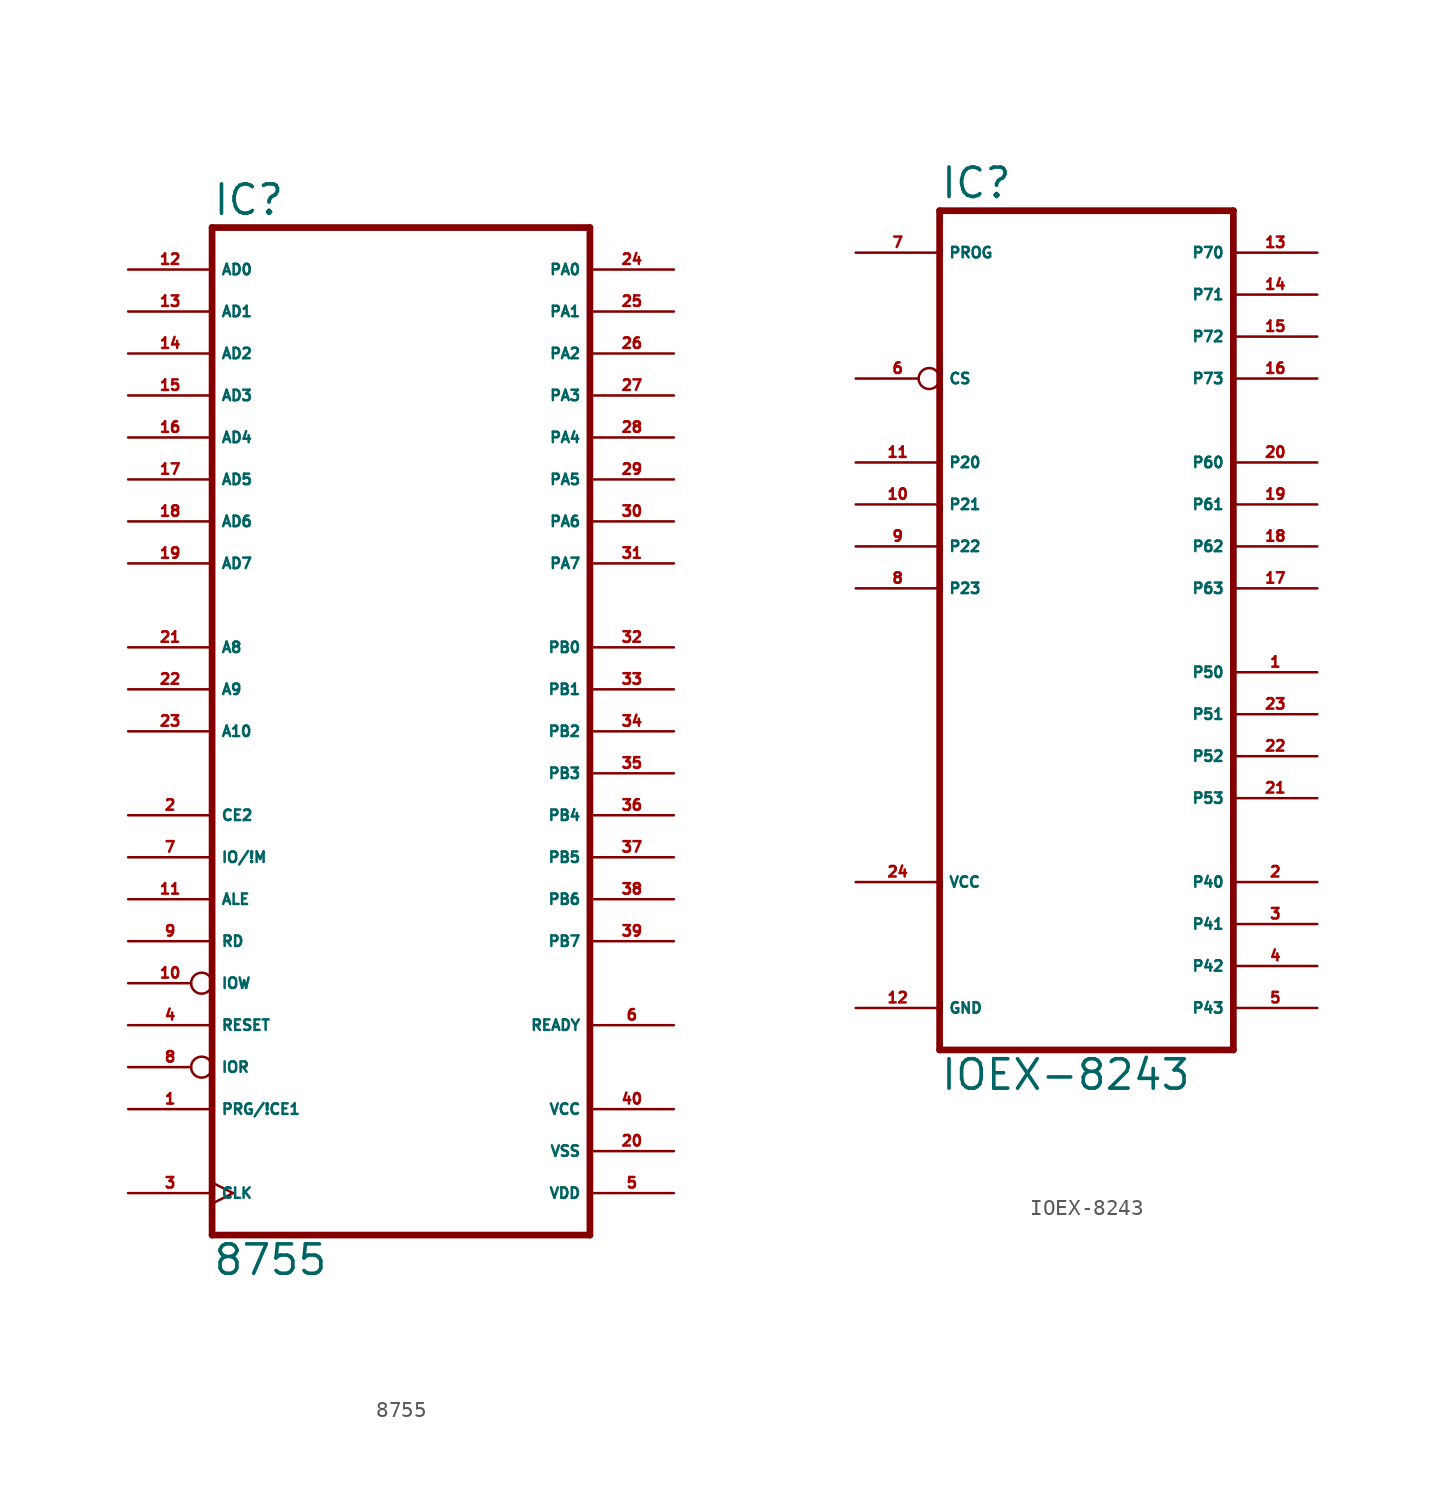
<source format=kicad_sym>
(kicad_symbol_lib
  (version 20220914)
  (generator Eagle2Kicad)
  (symbol "8755"
    (property "Reference" "IC"
      (at -10.16 28.575 0)
      (effects (font (size 1.778 1.778) (thickness 0.22)) (justify left bottom)))
    (property "Value" "8755"
      (at -10.16 -35.56 0)
      (effects (font (size 1.778 1.778) (thickness 0.22)) (justify left bottom)))
    (polyline
      (pts (xy -10.16 -33.02) (xy 12.7 -33.02))
      (stroke (width 0.406) (type default))
      (fill (type none)))
    (polyline
      (pts (xy 12.7 27.94) (xy 12.7 -33.02))
      (stroke (width 0.406) (type default))
      (fill (type none)))
    (polyline
      (pts (xy 12.7 27.94) (xy -10.16 27.94))
      (stroke (width 0.406) (type default))
      (fill (type none)))
    (polyline
      (pts (xy -10.16 -33.02) (xy -10.16 27.94))
      (stroke (width 0.406) (type default))
      (fill (type none)))
    (pin bidirectional line
      (at -15.24 25.4 0)
      (length 5.08)
      (name "AD0" (effects (font (size 0.635 0.635) (thickness 0.08)) (justify left bottom)))
      (number "12" (effects (font (size 0.635 0.635) (thickness 0.08)) (justify left bottom))))
    (pin bidirectional line
      (at -15.24 22.86 0)
      (length 5.08)
      (name "AD1" (effects (font (size 0.635 0.635) (thickness 0.08)) (justify left bottom)))
      (number "13" (effects (font (size 0.635 0.635) (thickness 0.08)) (justify left bottom))))
    (pin bidirectional line
      (at -15.24 20.32 0)
      (length 5.08)
      (name "AD2" (effects (font (size 0.635 0.635) (thickness 0.08)) (justify left bottom)))
      (number "14" (effects (font (size 0.635 0.635) (thickness 0.08)) (justify left bottom))))
    (pin bidirectional line
      (at -15.24 17.78 0)
      (length 5.08)
      (name "AD3" (effects (font (size 0.635 0.635) (thickness 0.08)) (justify left bottom)))
      (number "15" (effects (font (size 0.635 0.635) (thickness 0.08)) (justify left bottom))))
    (pin bidirectional line
      (at -15.24 15.24 0)
      (length 5.08)
      (name "AD4" (effects (font (size 0.635 0.635) (thickness 0.08)) (justify left bottom)))
      (number "16" (effects (font (size 0.635 0.635) (thickness 0.08)) (justify left bottom))))
    (pin bidirectional line
      (at -15.24 12.7 0)
      (length 5.08)
      (name "AD5" (effects (font (size 0.635 0.635) (thickness 0.08)) (justify left bottom)))
      (number "17" (effects (font (size 0.635 0.635) (thickness 0.08)) (justify left bottom))))
    (pin bidirectional line
      (at -15.24 10.16 0)
      (length 5.08)
      (name "AD6" (effects (font (size 0.635 0.635) (thickness 0.08)) (justify left bottom)))
      (number "18" (effects (font (size 0.635 0.635) (thickness 0.08)) (justify left bottom))))
    (pin bidirectional line
      (at -15.24 7.62 0)
      (length 5.08)
      (name "AD7" (effects (font (size 0.635 0.635) (thickness 0.08)) (justify left bottom)))
      (number "19" (effects (font (size 0.635 0.635) (thickness 0.08)) (justify left bottom))))
    (pin bidirectional line
      (at 17.78 25.4 180)
      (length 5.08)
      (name "PA0" (effects (font (size 0.635 0.635) (thickness 0.08)) (justify left bottom)))
      (number "24" (effects (font (size 0.635 0.635) (thickness 0.08)) (justify left bottom))))
    (pin bidirectional line
      (at 17.78 22.86 180)
      (length 5.08)
      (name "PA1" (effects (font (size 0.635 0.635) (thickness 0.08)) (justify left bottom)))
      (number "25" (effects (font (size 0.635 0.635) (thickness 0.08)) (justify left bottom))))
    (pin bidirectional line
      (at 17.78 20.32 180)
      (length 5.08)
      (name "PA2" (effects (font (size 0.635 0.635) (thickness 0.08)) (justify left bottom)))
      (number "26" (effects (font (size 0.635 0.635) (thickness 0.08)) (justify left bottom))))
    (pin bidirectional line
      (at 17.78 17.78 180)
      (length 5.08)
      (name "PA3" (effects (font (size 0.635 0.635) (thickness 0.08)) (justify left bottom)))
      (number "27" (effects (font (size 0.635 0.635) (thickness 0.08)) (justify left bottom))))
    (pin bidirectional line
      (at 17.78 15.24 180)
      (length 5.08)
      (name "PA4" (effects (font (size 0.635 0.635) (thickness 0.08)) (justify left bottom)))
      (number "28" (effects (font (size 0.635 0.635) (thickness 0.08)) (justify left bottom))))
    (pin bidirectional line
      (at 17.78 12.7 180)
      (length 5.08)
      (name "PA5" (effects (font (size 0.635 0.635) (thickness 0.08)) (justify left bottom)))
      (number "29" (effects (font (size 0.635 0.635) (thickness 0.08)) (justify left bottom))))
    (pin bidirectional line
      (at 17.78 10.16 180)
      (length 5.08)
      (name "PA6" (effects (font (size 0.635 0.635) (thickness 0.08)) (justify left bottom)))
      (number "30" (effects (font (size 0.635 0.635) (thickness 0.08)) (justify left bottom))))
    (pin bidirectional line
      (at 17.78 2.54 180)
      (length 5.08)
      (name "PB0" (effects (font (size 0.635 0.635) (thickness 0.08)) (justify left bottom)))
      (number "32" (effects (font (size 0.635 0.635) (thickness 0.08)) (justify left bottom))))
    (pin bidirectional line
      (at 17.78 0 180)
      (length 5.08)
      (name "PB1" (effects (font (size 0.635 0.635) (thickness 0.08)) (justify left bottom)))
      (number "33" (effects (font (size 0.635 0.635) (thickness 0.08)) (justify left bottom))))
    (pin bidirectional line
      (at 17.78 -2.54 180)
      (length 5.08)
      (name "PB2" (effects (font (size 0.635 0.635) (thickness 0.08)) (justify left bottom)))
      (number "34" (effects (font (size 0.635 0.635) (thickness 0.08)) (justify left bottom))))
    (pin bidirectional line
      (at 17.78 -5.08 180)
      (length 5.08)
      (name "PB3" (effects (font (size 0.635 0.635) (thickness 0.08)) (justify left bottom)))
      (number "35" (effects (font (size 0.635 0.635) (thickness 0.08)) (justify left bottom))))
    (pin bidirectional line
      (at 17.78 -7.62 180)
      (length 5.08)
      (name "PB4" (effects (font (size 0.635 0.635) (thickness 0.08)) (justify left bottom)))
      (number "36" (effects (font (size 0.635 0.635) (thickness 0.08)) (justify left bottom))))
    (pin bidirectional line
      (at 17.78 -10.16 180)
      (length 5.08)
      (name "PB5" (effects (font (size 0.635 0.635) (thickness 0.08)) (justify left bottom)))
      (number "37" (effects (font (size 0.635 0.635) (thickness 0.08)) (justify left bottom))))
    (pin bidirectional line
      (at 17.78 -12.7 180)
      (length 5.08)
      (name "PB6" (effects (font (size 0.635 0.635) (thickness 0.08)) (justify left bottom)))
      (number "38" (effects (font (size 0.635 0.635) (thickness 0.08)) (justify left bottom))))
    (pin bidirectional line
      (at -15.24 2.54 0)
      (length 5.08)
      (name "A8" (effects (font (size 0.635 0.635) (thickness 0.08)) (justify left bottom)))
      (number "21" (effects (font (size 0.635 0.635) (thickness 0.08)) (justify left bottom))))
    (pin bidirectional line
      (at -15.24 0 0)
      (length 5.08)
      (name "A9" (effects (font (size 0.635 0.635) (thickness 0.08)) (justify left bottom)))
      (number "22" (effects (font (size 0.635 0.635) (thickness 0.08)) (justify left bottom))))
    (pin bidirectional line
      (at -15.24 -2.54 0)
      (length 5.08)
      (name "A10" (effects (font (size 0.635 0.635) (thickness 0.08)) (justify left bottom)))
      (number "23" (effects (font (size 0.635 0.635) (thickness 0.08)) (justify left bottom))))
    (pin input line
      (at -15.24 -7.62 0)
      (length 5.08)
      (name "CE2" (effects (font (size 0.635 0.635) (thickness 0.08)) (justify left bottom)))
      (number "2" (effects (font (size 0.635 0.635) (thickness 0.08)) (justify left bottom))))
    (pin input line
      (at -15.24 -10.16 0)
      (length 5.08)
      (name "IO/!M" (effects (font (size 0.635 0.635) (thickness 0.08)) (justify left bottom)))
      (number "7" (effects (font (size 0.635 0.635) (thickness 0.08)) (justify left bottom))))
    (pin input line
      (at -15.24 -12.7 0)
      (length 5.08)
      (name "ALE" (effects (font (size 0.635 0.635) (thickness 0.08)) (justify left bottom)))
      (number "11" (effects (font (size 0.635 0.635) (thickness 0.08)) (justify left bottom))))
    (pin input line
      (at -15.24 -15.24 0)
      (length 5.08)
      (name "RD" (effects (font (size 0.635 0.635) (thickness 0.08)) (justify left bottom)))
      (number "9" (effects (font (size 0.635 0.635) (thickness 0.08)) (justify left bottom))))
    (pin input inverted
      (at -15.24 -17.78 0)
      (length 5.08)
      (name "IOW" (effects (font (size 0.635 0.635) (thickness 0.08)) (justify left bottom)))
      (number "10" (effects (font (size 0.635 0.635) (thickness 0.08)) (justify left bottom))))
    (pin input line
      (at -15.24 -20.32 0)
      (length 5.08)
      (name "RESET" (effects (font (size 0.635 0.635) (thickness 0.08)) (justify left bottom)))
      (number "4" (effects (font (size 0.635 0.635) (thickness 0.08)) (justify left bottom))))
    (pin input inverted
      (at -15.24 -22.86 0)
      (length 5.08)
      (name "IOR" (effects (font (size 0.635 0.635) (thickness 0.08)) (justify left bottom)))
      (number "8" (effects (font (size 0.635 0.635) (thickness 0.08)) (justify left bottom))))
    (pin input line
      (at -15.24 -25.4 0)
      (length 5.08)
      (name "PRG/!CE1" (effects (font (size 0.635 0.635) (thickness 0.08)) (justify left bottom)))
      (number "1" (effects (font (size 0.635 0.635) (thickness 0.08)) (justify left bottom))))
    (pin unspecified line
      (at 17.78 -25.4 180)
      (length 5.08)
      (name "VCC" (effects (font (size 0.635 0.635) (thickness 0.08)) (justify left bottom)))
      (number "40" (effects (font (size 0.635 0.635) (thickness 0.08)) (justify left bottom))))
    (pin unspecified line
      (at 17.78 -27.94 180)
      (length 5.08)
      (name "VSS" (effects (font (size 0.635 0.635) (thickness 0.08)) (justify left bottom)))
      (number "20" (effects (font (size 0.635 0.635) (thickness 0.08)) (justify left bottom))))
    (pin unspecified line
      (at 17.78 -30.48 180)
      (length 5.08)
      (name "VDD" (effects (font (size 0.635 0.635) (thickness 0.08)) (justify left bottom)))
      (number "5" (effects (font (size 0.635 0.635) (thickness 0.08)) (justify left bottom))))
    (pin output line
      (at 17.78 -20.32 180)
      (length 5.08)
      (name "READY" (effects (font (size 0.635 0.635) (thickness 0.08)) (justify left bottom)))
      (number "6" (effects (font (size 0.635 0.635) (thickness 0.08)) (justify left bottom))))
    (pin bidirectional line
      (at 17.78 7.62 180)
      (length 5.08)
      (name "PA7" (effects (font (size 0.635 0.635) (thickness 0.08)) (justify left bottom)))
      (number "31" (effects (font (size 0.635 0.635) (thickness 0.08)) (justify left bottom))))
    (pin bidirectional line
      (at 17.78 -15.24 180)
      (length 5.08)
      (name "PB7" (effects (font (size 0.635 0.635) (thickness 0.08)) (justify left bottom)))
      (number "39" (effects (font (size 0.635 0.635) (thickness 0.08)) (justify left bottom))))
    (pin input clock
      (at -15.24 -30.48 0)
      (length 5.08)
      (name "CLK" (effects (font (size 0.635 0.635) (thickness 0.08)) (justify left bottom)))
      (number "3" (effects (font (size 0.635 0.635) (thickness 0.08)) (justify left bottom)))))
  (symbol "IOEX-8243"
    (property "Reference" "IC"
      (at -10.16 23.495 0)
      (effects (font (size 1.778 1.778) (thickness 0.22)) (justify left bottom)))
    (property "Value" "IOEX-8243"
      (at -10.16 -30.48 0)
      (effects (font (size 1.778 1.778) (thickness 0.22)) (justify left bottom)))
    (polyline
      (pts (xy 7.62 22.86) (xy 7.62 -27.94))
      (stroke (width 0.406) (type default))
      (fill (type none)))
    (polyline
      (pts (xy -10.16 -27.94) (xy 7.62 -27.94))
      (stroke (width 0.406) (type default))
      (fill (type none)))
    (polyline
      (pts (xy -10.16 -27.94) (xy -10.16 22.86))
      (stroke (width 0.406) (type default))
      (fill (type none)))
    (polyline
      (pts (xy 7.62 22.86) (xy -10.16 22.86))
      (stroke (width 0.406) (type default))
      (fill (type none)))
    (pin bidirectional line
      (at -15.24 0 0)
      (length 5.08)
      (name "P23" (effects (font (size 0.635 0.635) (thickness 0.08)) (justify left bottom)))
      (number "8" (effects (font (size 0.635 0.635) (thickness 0.08)) (justify left bottom))))
    (pin bidirectional line
      (at -15.24 2.54 0)
      (length 5.08)
      (name "P22" (effects (font (size 0.635 0.635) (thickness 0.08)) (justify left bottom)))
      (number "9" (effects (font (size 0.635 0.635) (thickness 0.08)) (justify left bottom))))
    (pin bidirectional line
      (at -15.24 5.08 0)
      (length 5.08)
      (name "P21" (effects (font (size 0.635 0.635) (thickness 0.08)) (justify left bottom)))
      (number "10" (effects (font (size 0.635 0.635) (thickness 0.08)) (justify left bottom))))
    (pin bidirectional line
      (at -15.24 7.62 0)
      (length 5.08)
      (name "P20" (effects (font (size 0.635 0.635) (thickness 0.08)) (justify left bottom)))
      (number "11" (effects (font (size 0.635 0.635) (thickness 0.08)) (justify left bottom))))
    (pin bidirectional line
      (at 12.7 12.7 180)
      (length 5.08)
      (name "P73" (effects (font (size 0.635 0.635) (thickness 0.08)) (justify left bottom)))
      (number "16" (effects (font (size 0.635 0.635) (thickness 0.08)) (justify left bottom))))
    (pin bidirectional line
      (at 12.7 15.24 180)
      (length 5.08)
      (name "P72" (effects (font (size 0.635 0.635) (thickness 0.08)) (justify left bottom)))
      (number "15" (effects (font (size 0.635 0.635) (thickness 0.08)) (justify left bottom))))
    (pin bidirectional line
      (at 12.7 17.78 180)
      (length 5.08)
      (name "P71" (effects (font (size 0.635 0.635) (thickness 0.08)) (justify left bottom)))
      (number "14" (effects (font (size 0.635 0.635) (thickness 0.08)) (justify left bottom))))
    (pin bidirectional line
      (at 12.7 20.32 180)
      (length 5.08)
      (name "P70" (effects (font (size 0.635 0.635) (thickness 0.08)) (justify left bottom)))
      (number "13" (effects (font (size 0.635 0.635) (thickness 0.08)) (justify left bottom))))
    (pin bidirectional line
      (at 12.7 0 180)
      (length 5.08)
      (name "P63" (effects (font (size 0.635 0.635) (thickness 0.08)) (justify left bottom)))
      (number "17" (effects (font (size 0.635 0.635) (thickness 0.08)) (justify left bottom))))
    (pin bidirectional line
      (at 12.7 2.54 180)
      (length 5.08)
      (name "P62" (effects (font (size 0.635 0.635) (thickness 0.08)) (justify left bottom)))
      (number "18" (effects (font (size 0.635 0.635) (thickness 0.08)) (justify left bottom))))
    (pin bidirectional line
      (at 12.7 5.08 180)
      (length 5.08)
      (name "P61" (effects (font (size 0.635 0.635) (thickness 0.08)) (justify left bottom)))
      (number "19" (effects (font (size 0.635 0.635) (thickness 0.08)) (justify left bottom))))
    (pin bidirectional line
      (at 12.7 7.62 180)
      (length 5.08)
      (name "P60" (effects (font (size 0.635 0.635) (thickness 0.08)) (justify left bottom)))
      (number "20" (effects (font (size 0.635 0.635) (thickness 0.08)) (justify left bottom))))
    (pin unspecified line
      (at -15.24 -17.78 0)
      (length 5.08)
      (name "VCC" (effects (font (size 0.635 0.635) (thickness 0.08)) (justify left bottom)))
      (number "24" (effects (font (size 0.635 0.635) (thickness 0.08)) (justify left bottom))))
    (pin unspecified line
      (at -15.24 -25.4 0)
      (length 5.08)
      (name "GND" (effects (font (size 0.635 0.635) (thickness 0.08)) (justify left bottom)))
      (number "12" (effects (font (size 0.635 0.635) (thickness 0.08)) (justify left bottom))))
    (pin bidirectional line
      (at 12.7 -20.32 180)
      (length 5.08)
      (name "P41" (effects (font (size 0.635 0.635) (thickness 0.08)) (justify left bottom)))
      (number "3" (effects (font (size 0.635 0.635) (thickness 0.08)) (justify left bottom))))
    (pin input line
      (at -15.24 20.32 0)
      (length 5.08)
      (name "PROG" (effects (font (size 0.635 0.635) (thickness 0.08)) (justify left bottom)))
      (number "7" (effects (font (size 0.635 0.635) (thickness 0.08)) (justify left bottom))))
    (pin bidirectional line
      (at 12.7 -25.4 180)
      (length 5.08)
      (name "P43" (effects (font (size 0.635 0.635) (thickness 0.08)) (justify left bottom)))
      (number "5" (effects (font (size 0.635 0.635) (thickness 0.08)) (justify left bottom))))
    (pin bidirectional line
      (at 12.7 -5.08 180)
      (length 5.08)
      (name "P50" (effects (font (size 0.635 0.635) (thickness 0.08)) (justify left bottom)))
      (number "1" (effects (font (size 0.635 0.635) (thickness 0.08)) (justify left bottom))))
    (pin bidirectional line
      (at 12.7 -7.62 180)
      (length 5.08)
      (name "P51" (effects (font (size 0.635 0.635) (thickness 0.08)) (justify left bottom)))
      (number "23" (effects (font (size 0.635 0.635) (thickness 0.08)) (justify left bottom))))
    (pin bidirectional line
      (at 12.7 -10.16 180)
      (length 5.08)
      (name "P52" (effects (font (size 0.635 0.635) (thickness 0.08)) (justify left bottom)))
      (number "22" (effects (font (size 0.635 0.635) (thickness 0.08)) (justify left bottom))))
    (pin bidirectional line
      (at 12.7 -12.7 180)
      (length 5.08)
      (name "P53" (effects (font (size 0.635 0.635) (thickness 0.08)) (justify left bottom)))
      (number "21" (effects (font (size 0.635 0.635) (thickness 0.08)) (justify left bottom))))
    (pin input inverted
      (at -15.24 12.7 0)
      (length 5.08)
      (name "CS" (effects (font (size 0.635 0.635) (thickness 0.08)) (justify left bottom)))
      (number "6" (effects (font (size 0.635 0.635) (thickness 0.08)) (justify left bottom))))
    (pin bidirectional line
      (at 12.7 -22.86 180)
      (length 5.08)
      (name "P42" (effects (font (size 0.635 0.635) (thickness 0.08)) (justify left bottom)))
      (number "4" (effects (font (size 0.635 0.635) (thickness 0.08)) (justify left bottom))))
    (pin bidirectional line
      (at 12.7 -17.78 180)
      (length 5.08)
      (name "P40" (effects (font (size 0.635 0.635) (thickness 0.08)) (justify left bottom)))
      (number "2" (effects (font (size 0.635 0.635) (thickness 0.08)) (justify left bottom))))))
</source>
